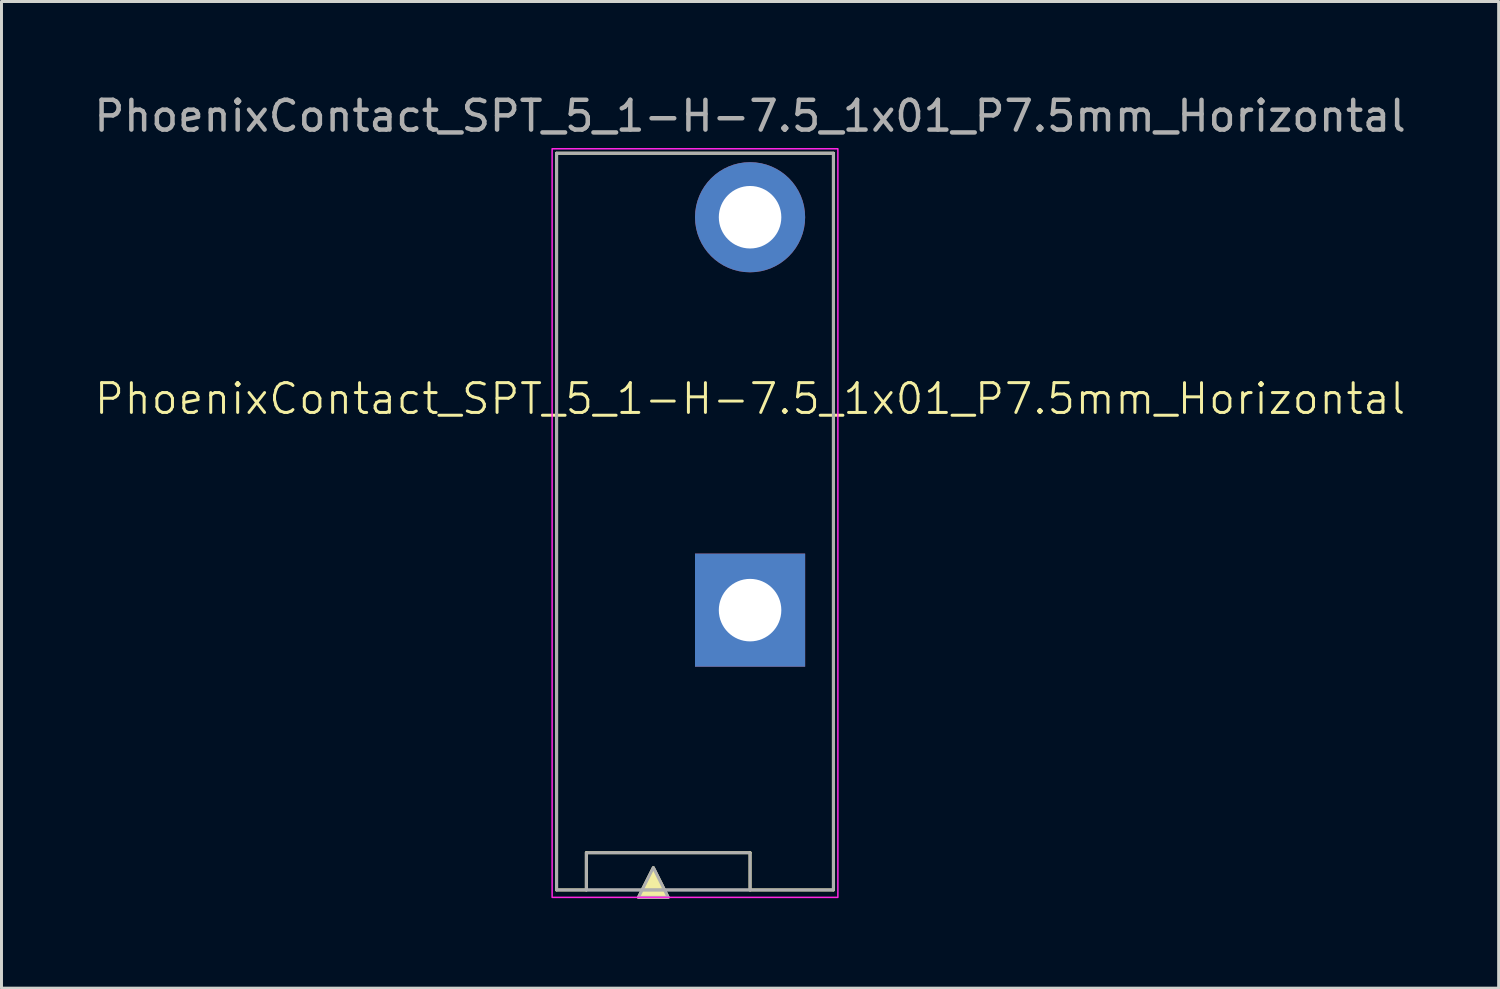
<source format=kicad_pcb>
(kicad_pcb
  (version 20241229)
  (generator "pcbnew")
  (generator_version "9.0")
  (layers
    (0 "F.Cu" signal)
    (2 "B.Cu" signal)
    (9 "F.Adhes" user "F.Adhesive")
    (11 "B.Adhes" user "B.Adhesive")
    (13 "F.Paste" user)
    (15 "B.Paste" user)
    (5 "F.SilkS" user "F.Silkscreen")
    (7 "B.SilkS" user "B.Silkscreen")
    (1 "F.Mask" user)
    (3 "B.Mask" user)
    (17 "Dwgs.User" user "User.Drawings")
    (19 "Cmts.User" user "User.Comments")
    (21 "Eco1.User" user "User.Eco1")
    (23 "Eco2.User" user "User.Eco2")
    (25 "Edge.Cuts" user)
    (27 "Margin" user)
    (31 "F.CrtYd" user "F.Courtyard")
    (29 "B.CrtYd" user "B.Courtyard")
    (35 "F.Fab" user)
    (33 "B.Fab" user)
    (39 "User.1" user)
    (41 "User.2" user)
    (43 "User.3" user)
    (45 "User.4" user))
  (footprint "PhoenixContact_SPT_5_1-H-7.5_1x01_P7.5mm_Horizontal"
    (layer "F.Cu")
    (at 22.149 10.848)
    (property "Reference" "PhoenixContact_SPT_5_1-H-7.5_1x01_P7.5mm_Horizontal" (at 0 -0.5 0) (unlocked yes) (layer "F.SilkS") (effects (font (size 1 1) (thickness 0.1))))
    (attr through_hole)
    (fp_line (start -6.5 -8.75) (end 2.8 -8.75) (stroke (width 0.1) (type default)) (layer "F.SilkS"))
    (fp_line (start -6.5 16) (end -6.5 -8.75) (stroke (width 0.1) (type default)) (layer "F.SilkS"))
    (fp_line (start -5.5 14.75) (end -5.5 16) (stroke (width 0.1) (type default)) (layer "F.SilkS"))
    (fp_line (start -5.5 16) (end -6.5 16) (stroke (width 0.1) (type default)) (layer "F.SilkS"))
    (fp_line (start 0 14.75) (end -5.5 14.75) (stroke (width 0.1) (type default)) (layer "F.SilkS"))
    (fp_line (start 0 16) (end 0 14.75) (stroke (width 0.1) (type default)) (layer "F.SilkS"))
    (fp_line (start 2.8 -8.75) (end 2.8 16) (stroke (width 0.1) (type default)) (layer "F.SilkS"))
    (fp_line (start 2.8 16) (end 0 16) (stroke (width 0.1) (type default)) (layer "F.SilkS"))
    (fp_poly (pts (xy -3.75 16.25) (xy -3.25 15.25) (xy -2.75 16.25)) (stroke (width 0.1) (type solid)) (fill yes) (layer "F.SilkS"))
    (fp_rect (start -6.65 -8.9) (end 2.95 16.25) (stroke (width 0.05) (type default)) (fill no) (layer "F.CrtYd"))
    (fp_rect (start -6.5 -8.75) (end 2.8 16) (stroke (width 0.1) (type default)) (fill no) (layer "F.Fab"))
    (fp_rect (start -5.5 14.75) (end 0 16) (stroke (width 0.1) (type default)) (fill no) (layer "F.Fab"))
    (fp_poly (pts (xy -3.75 16.25) (xy -3.25 15.25) (xy -2.75 16.25)) (stroke (width 0.1) (type solid)) (fill no) (layer "F.Fab"))
    (fp_text user "${REFERENCE}" (at 0 -10 0) (unlocked yes) (layer "F.Fab") (effects (font (size 1 1) (thickness 0.15))))
    (pad "1" thru_hole circle (at 0 -6.6) (size 3.7 3.7) (drill 2.1) (layers "*.Cu" "*.Mask"))
    (pad "1" thru_hole rect (at 0 6.6) (size 3.7 3.8) (drill 2.1) (layers "*.Cu" "*.Mask")))
  (gr_rect
    (start -3 -3)
    (end 47.298 30.148)
    (stroke (width 0.1) (type default))
    (fill no)
    (layer "Edge.Cuts")))
</source>
